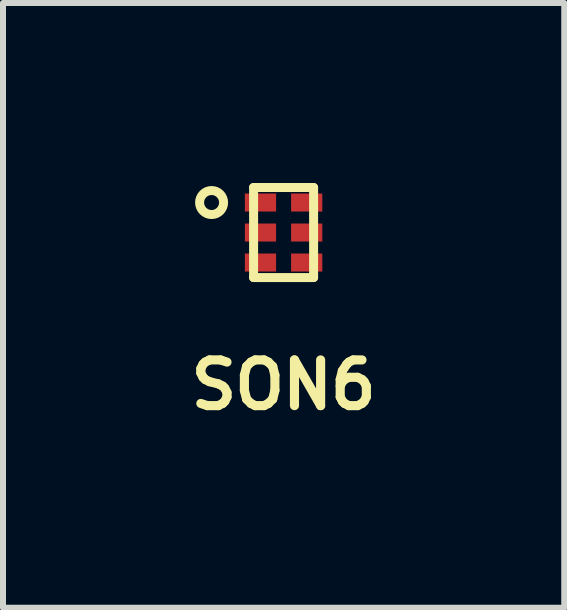
<source format=kicad_pcb>
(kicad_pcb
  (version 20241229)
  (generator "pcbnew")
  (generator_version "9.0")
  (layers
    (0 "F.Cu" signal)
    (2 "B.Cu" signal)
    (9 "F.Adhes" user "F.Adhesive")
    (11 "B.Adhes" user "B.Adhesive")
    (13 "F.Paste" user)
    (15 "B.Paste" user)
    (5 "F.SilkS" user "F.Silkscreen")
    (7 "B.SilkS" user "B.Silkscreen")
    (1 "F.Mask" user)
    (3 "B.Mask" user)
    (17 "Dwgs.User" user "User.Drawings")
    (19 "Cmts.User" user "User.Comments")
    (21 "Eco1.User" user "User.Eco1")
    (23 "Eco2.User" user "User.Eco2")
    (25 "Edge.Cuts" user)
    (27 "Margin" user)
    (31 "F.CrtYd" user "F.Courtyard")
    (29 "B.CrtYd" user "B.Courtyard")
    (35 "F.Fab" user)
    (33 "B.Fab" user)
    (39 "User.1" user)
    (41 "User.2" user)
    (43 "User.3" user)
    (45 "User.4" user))
  (footprint "SON6"
    (layer "F.Cu")
    (at 1.676 0.825)
    (property "Reference" "SON6" (at 0 2.54 0) (layer "F.SilkS") (effects (font (size 0.762 0.762) (thickness 0.152))))
    (attr smd)
    (fp_line (start -0.5 -0.75) (end -0.5 0.75) (stroke (width 0.15) (type solid)) (layer "F.SilkS"))
    (fp_line (start -0.5 0.75) (end 0.5 0.75) (stroke (width 0.15) (type solid)) (layer "F.SilkS"))
    (fp_line (start 0.5 -0.75) (end -0.5 -0.75) (stroke (width 0.15) (type solid)) (layer "F.SilkS"))
    (fp_line (start 0.5 0.75) (end 0.5 -0.75) (stroke (width 0.15) (type solid)) (layer "F.SilkS"))
    (fp_circle (center -1.2 -0.5) (end -1 -0.5) (stroke (width 0.15) (type solid)) (fill no) (layer "F.SilkS"))
    (pad "1" smd rect (at -0.385 -0.5) (size 0.52 0.3) (layers "F.Cu" "F.Mask" "F.Paste"))
    (pad "2" smd rect (at -0.385 0) (size 0.52 0.3) (layers "F.Cu" "F.Mask" "F.Paste"))
    (pad "3" smd rect (at -0.385 0.5) (size 0.52 0.3) (layers "F.Cu" "F.Mask" "F.Paste"))
    (pad "4" smd rect (at 0.385 0.5) (size 0.52 0.3) (layers "F.Cu" "F.Mask" "F.Paste"))
    (pad "5" smd rect (at 0.385 0) (size 0.52 0.3) (layers "F.Cu" "F.Mask" "F.Paste"))
    (pad "6" smd rect (at 0.385 -0.5) (size 0.52 0.3) (layers "F.Cu" "F.Mask" "F.Paste")))
  (gr_rect
    (start -3 -3)
    (end 6.353 7.078)
    (stroke (width 0.1) (type default))
    (fill no)
    (layer "Edge.Cuts")))
</source>
